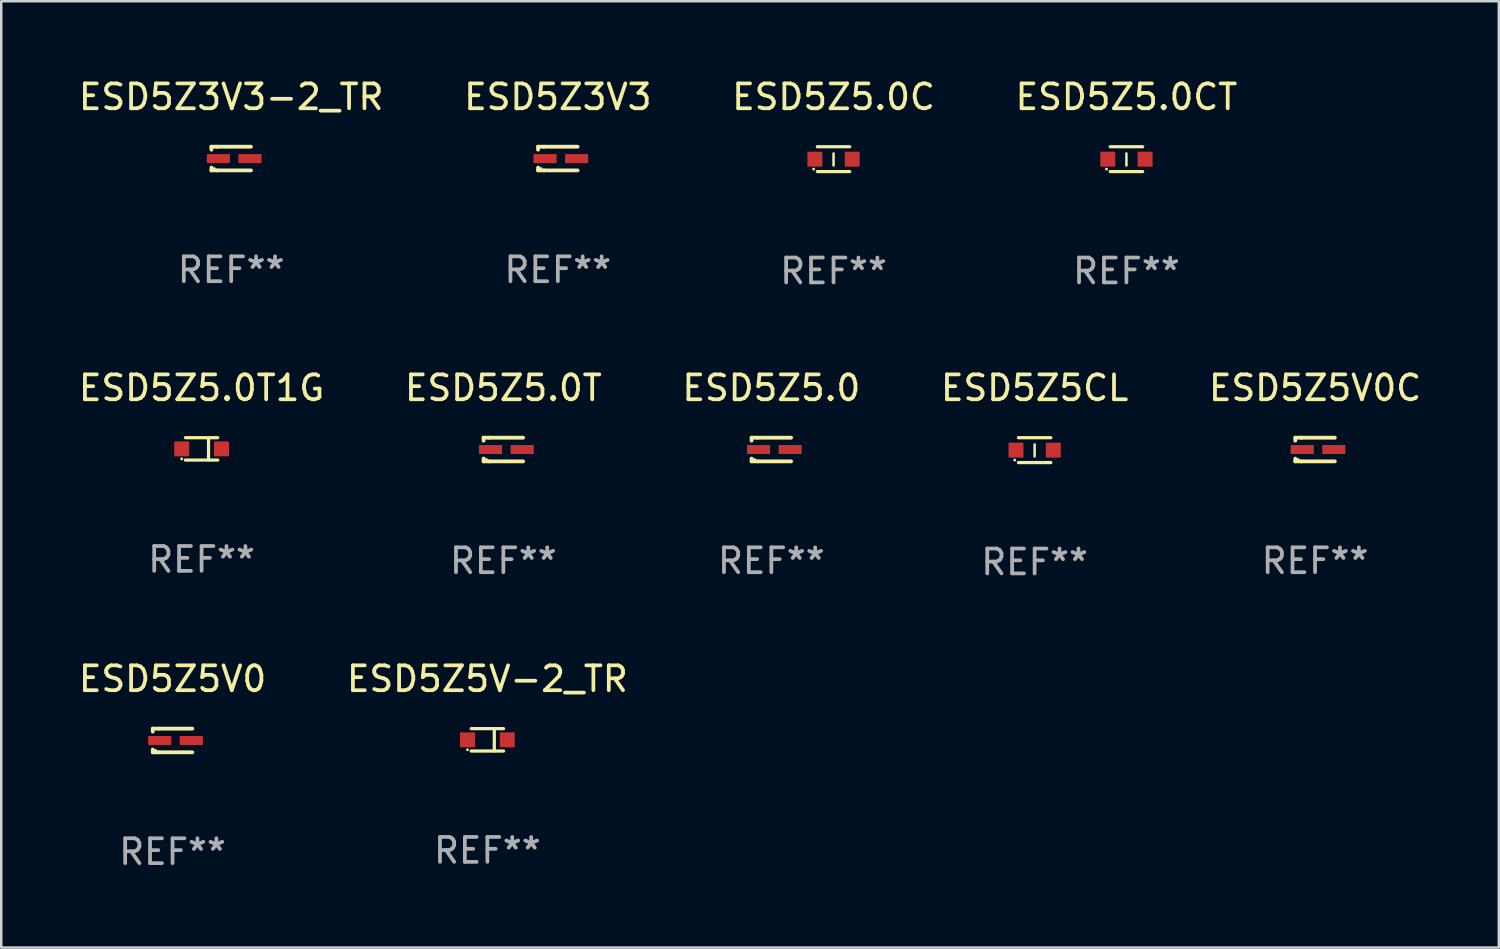
<source format=kicad_pcb>
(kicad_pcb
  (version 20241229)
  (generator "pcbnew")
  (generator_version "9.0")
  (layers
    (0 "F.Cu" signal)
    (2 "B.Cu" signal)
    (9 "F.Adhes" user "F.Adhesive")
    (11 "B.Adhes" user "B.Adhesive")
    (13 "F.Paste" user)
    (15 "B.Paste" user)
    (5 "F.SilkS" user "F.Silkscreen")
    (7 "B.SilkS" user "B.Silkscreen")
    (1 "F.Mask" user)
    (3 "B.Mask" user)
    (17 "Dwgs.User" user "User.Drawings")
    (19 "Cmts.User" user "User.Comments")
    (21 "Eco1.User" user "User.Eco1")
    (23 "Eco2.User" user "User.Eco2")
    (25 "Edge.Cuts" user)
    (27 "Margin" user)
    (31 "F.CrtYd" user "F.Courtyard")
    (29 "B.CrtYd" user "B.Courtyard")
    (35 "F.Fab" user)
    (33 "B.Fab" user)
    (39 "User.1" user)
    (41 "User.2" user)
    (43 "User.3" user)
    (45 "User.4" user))
  (footprint "ESD5Z5.0C"
    (layer "F.Cu")
    (at 30.458 3.348)
    (property "Reference" "ESD5Z5.0C" (at 0 -2.5 0) (layer "F.SilkS") (effects (font (size 1 1) (thickness 0.15))))
    (attr through_hole)
    (fp_line (start -0.65 -0.5) (end 0.65 -0.5) (stroke (width 0.13) (type solid)) (layer "F.SilkS"))
    (fp_line (start -0.65 0.5) (end 0.65 0.5) (stroke (width 0.13) (type solid)) (layer "F.SilkS"))
    (fp_line (start 0 -0.229) (end 0 0.254) (stroke (width 0.1) (type solid)) (layer "F.SilkS"))
    (fp_circle (center -0.8 0.4) (end -0.77 0.4) (stroke (width 0.06) (type solid)) (fill no) (layer "F.SilkS"))
    (fp_text user "REF**" (at 0 4.5 0) (layer "F.Fab") (effects (font (size 1 1) (thickness 0.15))))
    (pad "1" smd rect (at -0.75 0) (size 0.6 0.6) (layers "F.Cu" "F.Mask" "F.Paste"))
    (pad "2" smd rect (at 0.75 0 180) (size 0.6 0.6) (layers "F.Cu" "F.Mask" "F.Paste")))
  (footprint "ESD5Z5V-2_TR"
    (layer "F.Cu")
    (at 16.542 26.691)
    (property "Reference" "ESD5Z5V-2_TR" (at 0 -2.45 0) (layer "F.SilkS") (effects (font (size 1 1) (thickness 0.15))))
    (attr through_hole)
    (fp_line (start -0.65 -0.45) (end 0.65 -0.45) (stroke (width 0.13) (type solid)) (layer "F.SilkS"))
    (fp_line (start -0.65 0.45) (end 0.65 0.45) (stroke (width 0.13) (type solid)) (layer "F.SilkS"))
    (fp_line (start 0.279 -0.406) (end 0.279 0.444) (stroke (width 0.13) (type solid)) (layer "F.SilkS"))
    (fp_circle (center -0.8 0.4) (end -0.77 0.4) (stroke (width 0.06) (type solid)) (fill no) (layer "F.SilkS"))
    (fp_text user "REF**" (at 0 4.45 0) (layer "F.Fab") (effects (font (size 1 1) (thickness 0.15))))
    (pad "1" smd rect (at -0.8 0) (size 0.6 0.6) (layers "F.Cu" "F.Mask" "F.Paste"))
    (pad "2" smd rect (at 0.8 0 180) (size 0.6 0.6) (layers "F.Cu" "F.Mask" "F.Paste")))
  (footprint "ESD5Z5.0"
    (layer "F.Cu")
    (at 27.958 15.021)
    (property "Reference" "ESD5Z5.0" (at 0 -2.476 0) (layer "F.SilkS") (effects (font (size 1 1) (thickness 0.15))))
    (attr through_hole)
    (fp_line (start -0.795 -0.476) (end -0.795 -0.356) (stroke (width 0.152) (type solid)) (layer "F.SilkS"))
    (fp_line (start -0.795 0.363) (end -0.795 0.476) (stroke (width 0.152) (type solid)) (layer "F.SilkS"))
    (fp_line (start -0.795 0.476) (end -0.557 0.476) (stroke (width 0.152) (type solid)) (layer "F.SilkS"))
    (fp_line (start -0.557 -0.476) (end -0.795 -0.476) (stroke (width 0.152) (type solid)) (layer "F.SilkS"))
    (fp_line (start -0.557 -0.476) (end 0.795 -0.476) (stroke (width 0.152) (type solid)) (layer "F.SilkS"))
    (fp_line (start -0.557 0.476) (end 0.795 0.476) (stroke (width 0.152) (type solid)) (layer "F.SilkS"))
    (fp_circle (center -0.681 0.4) (end -0.651 0.4) (stroke (width 0.06) (type solid)) (fill no) (layer "F.SilkS"))
    (fp_text user "REF**" (at 0 4.476 0) (layer "F.Fab") (effects (font (size 1 1) (thickness 0.15))))
    (pad "1" smd rect (at -0.516 0 180) (size 0.93 0.36) (layers "F.Cu" "F.Mask" "F.Paste"))
    (pad "2" smd rect (at 0.754 0 180) (size 0.93 0.36) (layers "F.Cu" "F.Mask" "F.Paste")))
  (footprint "ESD5Z3V3-2_TR"
    (layer "F.Cu")
    (at 6.244 3.324)
    (property "Reference" "ESD5Z3V3-2_TR" (at 0 -2.476 0) (layer "F.SilkS") (effects (font (size 1 1) (thickness 0.15))))
    (attr through_hole)
    (fp_line (start -0.795 -0.476) (end -0.795 -0.356) (stroke (width 0.152) (type solid)) (layer "F.SilkS"))
    (fp_line (start -0.795 0.363) (end -0.795 0.476) (stroke (width 0.152) (type solid)) (layer "F.SilkS"))
    (fp_line (start -0.795 0.476) (end -0.557 0.476) (stroke (width 0.152) (type solid)) (layer "F.SilkS"))
    (fp_line (start -0.557 -0.476) (end -0.795 -0.476) (stroke (width 0.152) (type solid)) (layer "F.SilkS"))
    (fp_line (start -0.557 -0.476) (end 0.795 -0.476) (stroke (width 0.152) (type solid)) (layer "F.SilkS"))
    (fp_line (start -0.557 0.476) (end 0.795 0.476) (stroke (width 0.152) (type solid)) (layer "F.SilkS"))
    (fp_circle (center -0.681 0.4) (end -0.651 0.4) (stroke (width 0.06) (type solid)) (fill no) (layer "F.SilkS"))
    (fp_text user "REF**" (at 0 4.476 0) (layer "F.Fab") (effects (font (size 1 1) (thickness 0.15))))
    (pad "1" smd rect (at -0.516 0 180) (size 0.93 0.36) (layers "F.Cu" "F.Mask" "F.Paste"))
    (pad "2" smd rect (at 0.754 0 180) (size 0.93 0.36) (layers "F.Cu" "F.Mask" "F.Paste")))
  (footprint "ESD5Z5CL"
    (layer "F.Cu")
    (at 38.542 15.045)
    (property "Reference" "ESD5Z5CL" (at 0 -2.5 0) (layer "F.SilkS") (effects (font (size 1 1) (thickness 0.15))))
    (attr through_hole)
    (fp_line (start -0.65 -0.5) (end 0.65 -0.5) (stroke (width 0.13) (type solid)) (layer "F.SilkS"))
    (fp_line (start -0.65 0.5) (end 0.65 0.5) (stroke (width 0.13) (type solid)) (layer "F.SilkS"))
    (fp_line (start 0 -0.229) (end 0 0.254) (stroke (width 0.1) (type solid)) (layer "F.SilkS"))
    (fp_circle (center -0.8 0.4) (end -0.77 0.4) (stroke (width 0.06) (type solid)) (fill no) (layer "F.SilkS"))
    (fp_text user "REF**" (at 0 4.5 0) (layer "F.Fab") (effects (font (size 1 1) (thickness 0.15))))
    (pad "1" smd rect (at -0.75 0) (size 0.6 0.6) (layers "F.Cu" "F.Mask" "F.Paste"))
    (pad "2" smd rect (at 0.75 0 180) (size 0.6 0.6) (layers "F.Cu" "F.Mask" "F.Paste")))
  (footprint "ESD5Z5V0C"
    (layer "F.Cu")
    (at 49.815 15.021)
    (property "Reference" "ESD5Z5V0C" (at 0 -2.476 0) (layer "F.SilkS") (effects (font (size 1 1) (thickness 0.15))))
    (attr through_hole)
    (fp_line (start -0.795 -0.476) (end -0.795 -0.356) (stroke (width 0.152) (type solid)) (layer "F.SilkS"))
    (fp_line (start -0.795 0.363) (end -0.795 0.476) (stroke (width 0.152) (type solid)) (layer "F.SilkS"))
    (fp_line (start -0.795 0.476) (end -0.557 0.476) (stroke (width 0.152) (type solid)) (layer "F.SilkS"))
    (fp_line (start -0.557 -0.476) (end -0.795 -0.476) (stroke (width 0.152) (type solid)) (layer "F.SilkS"))
    (fp_line (start -0.557 -0.476) (end 0.795 -0.476) (stroke (width 0.152) (type solid)) (layer "F.SilkS"))
    (fp_line (start -0.557 0.476) (end 0.795 0.476) (stroke (width 0.152) (type solid)) (layer "F.SilkS"))
    (fp_circle (center -0.681 0.4) (end -0.651 0.4) (stroke (width 0.06) (type solid)) (fill no) (layer "F.SilkS"))
    (fp_text user "REF**" (at 0 4.476 0) (layer "F.Fab") (effects (font (size 1 1) (thickness 0.15))))
    (pad "1" smd rect (at -0.516 0 180) (size 0.93 0.36) (layers "F.Cu" "F.Mask" "F.Paste"))
    (pad "2" smd rect (at 0.754 0 180) (size 0.93 0.36) (layers "F.Cu" "F.Mask" "F.Paste")))
  (footprint "ESD5Z5.0CT"
    (layer "F.Cu")
    (at 42.232 3.348)
    (property "Reference" "ESD5Z5.0CT" (at 0 -2.5 0) (layer "F.SilkS") (effects (font (size 1 1) (thickness 0.15))))
    (attr through_hole)
    (fp_line (start -0.65 -0.5) (end 0.65 -0.5) (stroke (width 0.13) (type solid)) (layer "F.SilkS"))
    (fp_line (start -0.65 0.5) (end 0.65 0.5) (stroke (width 0.13) (type solid)) (layer "F.SilkS"))
    (fp_line (start 0 -0.229) (end 0 0.254) (stroke (width 0.1) (type solid)) (layer "F.SilkS"))
    (fp_circle (center -0.8 0.4) (end -0.77 0.4) (stroke (width 0.06) (type solid)) (fill no) (layer "F.SilkS"))
    (fp_text user "REF**" (at 0 4.5 0) (layer "F.Fab") (effects (font (size 1 1) (thickness 0.15))))
    (pad "1" smd rect (at -0.75 0) (size 0.6 0.6) (layers "F.Cu" "F.Mask" "F.Paste"))
    (pad "2" smd rect (at 0.75 0 180) (size 0.6 0.6) (layers "F.Cu" "F.Mask" "F.Paste")))
  (footprint "ESD5Z5V0"
    (layer "F.Cu")
    (at 3.887 26.717)
    (property "Reference" "ESD5Z5V0" (at 0 -2.476 0) (layer "F.SilkS") (effects (font (size 1 1) (thickness 0.15))))
    (attr through_hole)
    (fp_line (start -0.795 -0.476) (end -0.795 -0.356) (stroke (width 0.152) (type solid)) (layer "F.SilkS"))
    (fp_line (start -0.795 0.363) (end -0.795 0.476) (stroke (width 0.152) (type solid)) (layer "F.SilkS"))
    (fp_line (start -0.795 0.476) (end -0.557 0.476) (stroke (width 0.152) (type solid)) (layer "F.SilkS"))
    (fp_line (start -0.557 -0.476) (end -0.795 -0.476) (stroke (width 0.152) (type solid)) (layer "F.SilkS"))
    (fp_line (start -0.557 -0.476) (end 0.795 -0.476) (stroke (width 0.152) (type solid)) (layer "F.SilkS"))
    (fp_line (start -0.557 0.476) (end 0.795 0.476) (stroke (width 0.152) (type solid)) (layer "F.SilkS"))
    (fp_circle (center -0.681 0.4) (end -0.651 0.4) (stroke (width 0.06) (type solid)) (fill no) (layer "F.SilkS"))
    (fp_text user "REF**" (at 0 4.476 0) (layer "F.Fab") (effects (font (size 1 1) (thickness 0.15))))
    (pad "1" smd rect (at -0.516 0 180) (size 0.93 0.36) (layers "F.Cu" "F.Mask" "F.Paste"))
    (pad "2" smd rect (at 0.754 0 180) (size 0.93 0.36) (layers "F.Cu" "F.Mask" "F.Paste")))
  (footprint "ESD5Z5.0T1G"
    (layer "F.Cu")
    (at 5.054 14.995)
    (property "Reference" "ESD5Z5.0T1G" (at 0 -2.45 0) (layer "F.SilkS") (effects (font (size 1 1) (thickness 0.15))))
    (attr through_hole)
    (fp_line (start -0.65 -0.45) (end 0.65 -0.45) (stroke (width 0.13) (type solid)) (layer "F.SilkS"))
    (fp_line (start -0.65 0.45) (end 0.65 0.45) (stroke (width 0.13) (type solid)) (layer "F.SilkS"))
    (fp_line (start 0.279 -0.406) (end 0.279 0.444) (stroke (width 0.13) (type solid)) (layer "F.SilkS"))
    (fp_circle (center -0.8 0.4) (end -0.77 0.4) (stroke (width 0.06) (type solid)) (fill no) (layer "F.SilkS"))
    (fp_text user "REF**" (at 0 4.45 0) (layer "F.Fab") (effects (font (size 1 1) (thickness 0.15))))
    (pad "1" smd rect (at -0.8 0) (size 0.6 0.6) (layers "F.Cu" "F.Mask" "F.Paste"))
    (pad "2" smd rect (at 0.8 0 180) (size 0.6 0.6) (layers "F.Cu" "F.Mask" "F.Paste")))
  (footprint "ESD5Z5.0T"
    (layer "F.Cu")
    (at 17.185 15.021)
    (property "Reference" "ESD5Z5.0T" (at 0 -2.476 0) (layer "F.SilkS") (effects (font (size 1 1) (thickness 0.15))))
    (attr through_hole)
    (fp_line (start -0.795 -0.476) (end -0.795 -0.356) (stroke (width 0.152) (type solid)) (layer "F.SilkS"))
    (fp_line (start -0.795 0.363) (end -0.795 0.476) (stroke (width 0.152) (type solid)) (layer "F.SilkS"))
    (fp_line (start -0.795 0.476) (end -0.557 0.476) (stroke (width 0.152) (type solid)) (layer "F.SilkS"))
    (fp_line (start -0.557 -0.476) (end -0.795 -0.476) (stroke (width 0.152) (type solid)) (layer "F.SilkS"))
    (fp_line (start -0.557 -0.476) (end 0.795 -0.476) (stroke (width 0.152) (type solid)) (layer "F.SilkS"))
    (fp_line (start -0.557 0.476) (end 0.795 0.476) (stroke (width 0.152) (type solid)) (layer "F.SilkS"))
    (fp_circle (center -0.681 0.4) (end -0.651 0.4) (stroke (width 0.06) (type solid)) (fill no) (layer "F.SilkS"))
    (fp_text user "REF**" (at 0 4.476 0) (layer "F.Fab") (effects (font (size 1 1) (thickness 0.15))))
    (pad "1" smd rect (at -0.516 0 180) (size 0.93 0.36) (layers "F.Cu" "F.Mask" "F.Paste"))
    (pad "2" smd rect (at 0.754 0 180) (size 0.93 0.36) (layers "F.Cu" "F.Mask" "F.Paste")))
  (footprint "ESD5Z3V3"
    (layer "F.Cu")
    (at 19.375 3.324)
    (property "Reference" "ESD5Z3V3" (at 0 -2.476 0) (layer "F.SilkS") (effects (font (size 1 1) (thickness 0.15))))
    (attr through_hole)
    (fp_line (start -0.795 -0.476) (end -0.795 -0.356) (stroke (width 0.152) (type solid)) (layer "F.SilkS"))
    (fp_line (start -0.795 0.363) (end -0.795 0.476) (stroke (width 0.152) (type solid)) (layer "F.SilkS"))
    (fp_line (start -0.795 0.476) (end -0.557 0.476) (stroke (width 0.152) (type solid)) (layer "F.SilkS"))
    (fp_line (start -0.557 -0.476) (end -0.795 -0.476) (stroke (width 0.152) (type solid)) (layer "F.SilkS"))
    (fp_line (start -0.557 -0.476) (end 0.795 -0.476) (stroke (width 0.152) (type solid)) (layer "F.SilkS"))
    (fp_line (start -0.557 0.476) (end 0.795 0.476) (stroke (width 0.152) (type solid)) (layer "F.SilkS"))
    (fp_circle (center -0.681 0.4) (end -0.651 0.4) (stroke (width 0.06) (type solid)) (fill no) (layer "F.SilkS"))
    (fp_text user "REF**" (at 0 4.476 0) (layer "F.Fab") (effects (font (size 1 1) (thickness 0.15))))
    (pad "1" smd rect (at -0.516 0 180) (size 0.93 0.36) (layers "F.Cu" "F.Mask" "F.Paste"))
    (pad "2" smd rect (at 0.754 0 180) (size 0.93 0.36) (layers "F.Cu" "F.Mask" "F.Paste")))
  (gr_rect
    (start -3 -3)
    (end 57.202 35.042)
    (stroke (width 0.1) (type default))
    (fill no)
    (layer "Edge.Cuts")))
</source>
